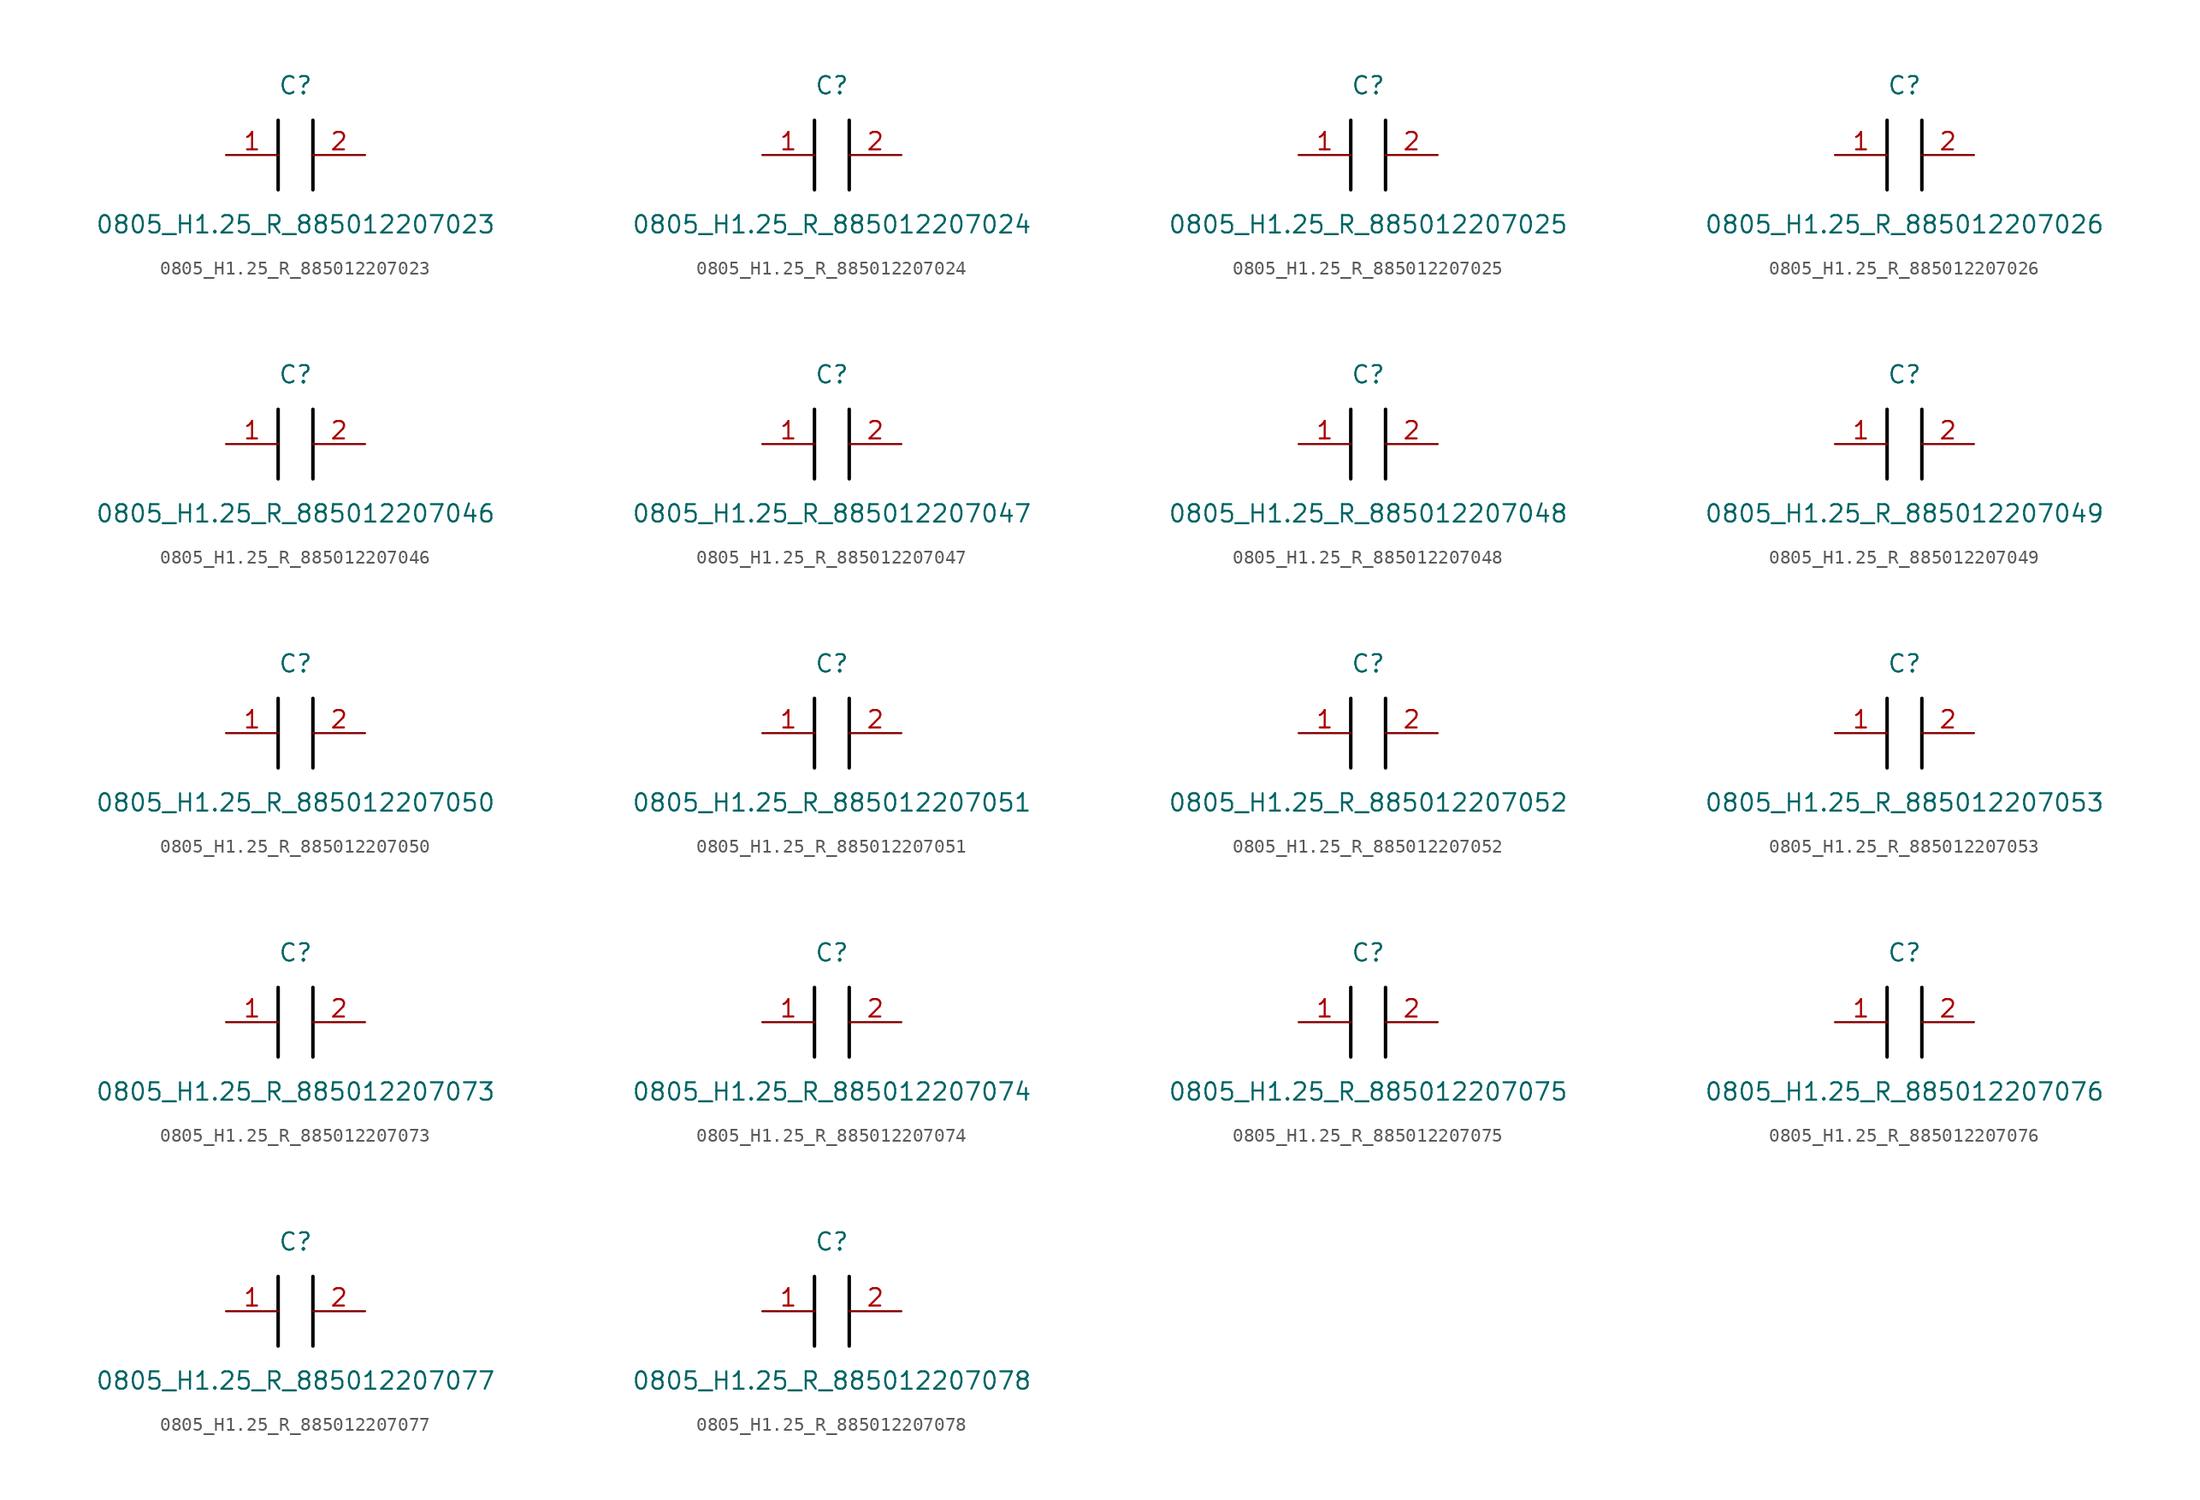
<source format=kicad_sym>
(kicad_symbol_lib
  (version 20220914)
  (generator kicad_symbol_editor)
  (symbol "0805_H1.25_R_885012207023"
    (pin_names hide)
    (property "Reference" "C"
      (at 0 5.08 0)
      (effects (font (size 1.27 1.27))))
    (property "Value" "0805_H1.25_R_885012207023"
      (at 0 -5.08 0)
      (effects (font (size 1.27 1.27))))
    (symbol "0805_H1.25_R_885012207023_1_1"
      (polyline (pts (xy -1.27 2.54) (xy -1.27 -2.54)) (stroke (width 0.254) (type default) (color 0 0 0 1)) (fill (type none)))
      (polyline (pts (xy 1.27 2.54) (xy 1.27 -2.54)) (stroke (width 0.254) (type default) (color 0 0 0 1)) (fill (type none)))
      (pin passive line (at -5.08 0 0) (length 3.81) (name "1" (effects (font (size 1.27 1.27)))) (number "1" (effects (font (size 1.27 1.27)))))
      (pin passive line (at 5.08 0 180) (length 3.81) (name "2" (effects (font (size 1.27 1.27)))) (number "2" (effects (font (size 1.27 1.27)))))))
  (symbol "0805_H1.25_R_885012207024"
    (pin_names hide)
    (property "Reference" "C"
      (at 0 5.08 0)
      (effects (font (size 1.27 1.27))))
    (property "Value" "0805_H1.25_R_885012207024"
      (at 0 -5.08 0)
      (effects (font (size 1.27 1.27))))
    (symbol "0805_H1.25_R_885012207024_1_1"
      (polyline (pts (xy -1.27 2.54) (xy -1.27 -2.54)) (stroke (width 0.254) (type default) (color 0 0 0 1)) (fill (type none)))
      (polyline (pts (xy 1.27 2.54) (xy 1.27 -2.54)) (stroke (width 0.254) (type default) (color 0 0 0 1)) (fill (type none)))
      (pin passive line (at -5.08 0 0) (length 3.81) (name "1" (effects (font (size 1.27 1.27)))) (number "1" (effects (font (size 1.27 1.27)))))
      (pin passive line (at 5.08 0 180) (length 3.81) (name "2" (effects (font (size 1.27 1.27)))) (number "2" (effects (font (size 1.27 1.27)))))))
  (symbol "0805_H1.25_R_885012207025"
    (pin_names hide)
    (property "Reference" "C"
      (at 0 5.08 0)
      (effects (font (size 1.27 1.27))))
    (property "Value" "0805_H1.25_R_885012207025"
      (at 0 -5.08 0)
      (effects (font (size 1.27 1.27))))
    (symbol "0805_H1.25_R_885012207025_1_1"
      (polyline (pts (xy -1.27 2.54) (xy -1.27 -2.54)) (stroke (width 0.254) (type default) (color 0 0 0 1)) (fill (type none)))
      (polyline (pts (xy 1.27 2.54) (xy 1.27 -2.54)) (stroke (width 0.254) (type default) (color 0 0 0 1)) (fill (type none)))
      (pin passive line (at -5.08 0 0) (length 3.81) (name "1" (effects (font (size 1.27 1.27)))) (number "1" (effects (font (size 1.27 1.27)))))
      (pin passive line (at 5.08 0 180) (length 3.81) (name "2" (effects (font (size 1.27 1.27)))) (number "2" (effects (font (size 1.27 1.27)))))))
  (symbol "0805_H1.25_R_885012207026"
    (pin_names hide)
    (property "Reference" "C"
      (at 0 5.08 0)
      (effects (font (size 1.27 1.27))))
    (property "Value" "0805_H1.25_R_885012207026"
      (at 0 -5.08 0)
      (effects (font (size 1.27 1.27))))
    (symbol "0805_H1.25_R_885012207026_1_1"
      (polyline (pts (xy -1.27 2.54) (xy -1.27 -2.54)) (stroke (width 0.254) (type default) (color 0 0 0 1)) (fill (type none)))
      (polyline (pts (xy 1.27 2.54) (xy 1.27 -2.54)) (stroke (width 0.254) (type default) (color 0 0 0 1)) (fill (type none)))
      (pin passive line (at -5.08 0 0) (length 3.81) (name "1" (effects (font (size 1.27 1.27)))) (number "1" (effects (font (size 1.27 1.27)))))
      (pin passive line (at 5.08 0 180) (length 3.81) (name "2" (effects (font (size 1.27 1.27)))) (number "2" (effects (font (size 1.27 1.27)))))))
  (symbol "0805_H1.25_R_885012207046"
    (pin_names hide)
    (property "Reference" "C"
      (at 0 5.08 0)
      (effects (font (size 1.27 1.27))))
    (property "Value" "0805_H1.25_R_885012207046"
      (at 0 -5.08 0)
      (effects (font (size 1.27 1.27))))
    (symbol "0805_H1.25_R_885012207046_1_1"
      (polyline (pts (xy -1.27 2.54) (xy -1.27 -2.54)) (stroke (width 0.254) (type default) (color 0 0 0 1)) (fill (type none)))
      (polyline (pts (xy 1.27 2.54) (xy 1.27 -2.54)) (stroke (width 0.254) (type default) (color 0 0 0 1)) (fill (type none)))
      (pin passive line (at -5.08 0 0) (length 3.81) (name "1" (effects (font (size 1.27 1.27)))) (number "1" (effects (font (size 1.27 1.27)))))
      (pin passive line (at 5.08 0 180) (length 3.81) (name "2" (effects (font (size 1.27 1.27)))) (number "2" (effects (font (size 1.27 1.27)))))))
  (symbol "0805_H1.25_R_885012207047"
    (pin_names hide)
    (property "Reference" "C"
      (at 0 5.08 0)
      (effects (font (size 1.27 1.27))))
    (property "Value" "0805_H1.25_R_885012207047"
      (at 0 -5.08 0)
      (effects (font (size 1.27 1.27))))
    (symbol "0805_H1.25_R_885012207047_1_1"
      (polyline (pts (xy -1.27 2.54) (xy -1.27 -2.54)) (stroke (width 0.254) (type default) (color 0 0 0 1)) (fill (type none)))
      (polyline (pts (xy 1.27 2.54) (xy 1.27 -2.54)) (stroke (width 0.254) (type default) (color 0 0 0 1)) (fill (type none)))
      (pin passive line (at -5.08 0 0) (length 3.81) (name "1" (effects (font (size 1.27 1.27)))) (number "1" (effects (font (size 1.27 1.27)))))
      (pin passive line (at 5.08 0 180) (length 3.81) (name "2" (effects (font (size 1.27 1.27)))) (number "2" (effects (font (size 1.27 1.27)))))))
  (symbol "0805_H1.25_R_885012207048"
    (pin_names hide)
    (property "Reference" "C"
      (at 0 5.08 0)
      (effects (font (size 1.27 1.27))))
    (property "Value" "0805_H1.25_R_885012207048"
      (at 0 -5.08 0)
      (effects (font (size 1.27 1.27))))
    (symbol "0805_H1.25_R_885012207048_1_1"
      (polyline (pts (xy -1.27 2.54) (xy -1.27 -2.54)) (stroke (width 0.254) (type default) (color 0 0 0 1)) (fill (type none)))
      (polyline (pts (xy 1.27 2.54) (xy 1.27 -2.54)) (stroke (width 0.254) (type default) (color 0 0 0 1)) (fill (type none)))
      (pin passive line (at -5.08 0 0) (length 3.81) (name "1" (effects (font (size 1.27 1.27)))) (number "1" (effects (font (size 1.27 1.27)))))
      (pin passive line (at 5.08 0 180) (length 3.81) (name "2" (effects (font (size 1.27 1.27)))) (number "2" (effects (font (size 1.27 1.27)))))))
  (symbol "0805_H1.25_R_885012207049"
    (pin_names hide)
    (property "Reference" "C"
      (at 0 5.08 0)
      (effects (font (size 1.27 1.27))))
    (property "Value" "0805_H1.25_R_885012207049"
      (at 0 -5.08 0)
      (effects (font (size 1.27 1.27))))
    (symbol "0805_H1.25_R_885012207049_1_1"
      (polyline (pts (xy -1.27 2.54) (xy -1.27 -2.54)) (stroke (width 0.254) (type default) (color 0 0 0 1)) (fill (type none)))
      (polyline (pts (xy 1.27 2.54) (xy 1.27 -2.54)) (stroke (width 0.254) (type default) (color 0 0 0 1)) (fill (type none)))
      (pin passive line (at -5.08 0 0) (length 3.81) (name "1" (effects (font (size 1.27 1.27)))) (number "1" (effects (font (size 1.27 1.27)))))
      (pin passive line (at 5.08 0 180) (length 3.81) (name "2" (effects (font (size 1.27 1.27)))) (number "2" (effects (font (size 1.27 1.27)))))))
  (symbol "0805_H1.25_R_885012207050"
    (pin_names hide)
    (property "Reference" "C"
      (at 0 5.08 0)
      (effects (font (size 1.27 1.27))))
    (property "Value" "0805_H1.25_R_885012207050"
      (at 0 -5.08 0)
      (effects (font (size 1.27 1.27))))
    (symbol "0805_H1.25_R_885012207050_1_1"
      (polyline (pts (xy -1.27 2.54) (xy -1.27 -2.54)) (stroke (width 0.254) (type default) (color 0 0 0 1)) (fill (type none)))
      (polyline (pts (xy 1.27 2.54) (xy 1.27 -2.54)) (stroke (width 0.254) (type default) (color 0 0 0 1)) (fill (type none)))
      (pin passive line (at -5.08 0 0) (length 3.81) (name "1" (effects (font (size 1.27 1.27)))) (number "1" (effects (font (size 1.27 1.27)))))
      (pin passive line (at 5.08 0 180) (length 3.81) (name "2" (effects (font (size 1.27 1.27)))) (number "2" (effects (font (size 1.27 1.27)))))))
  (symbol "0805_H1.25_R_885012207051"
    (pin_names hide)
    (property "Reference" "C"
      (at 0 5.08 0)
      (effects (font (size 1.27 1.27))))
    (property "Value" "0805_H1.25_R_885012207051"
      (at 0 -5.08 0)
      (effects (font (size 1.27 1.27))))
    (symbol "0805_H1.25_R_885012207051_1_1"
      (polyline (pts (xy -1.27 2.54) (xy -1.27 -2.54)) (stroke (width 0.254) (type default) (color 0 0 0 1)) (fill (type none)))
      (polyline (pts (xy 1.27 2.54) (xy 1.27 -2.54)) (stroke (width 0.254) (type default) (color 0 0 0 1)) (fill (type none)))
      (pin passive line (at -5.08 0 0) (length 3.81) (name "1" (effects (font (size 1.27 1.27)))) (number "1" (effects (font (size 1.27 1.27)))))
      (pin passive line (at 5.08 0 180) (length 3.81) (name "2" (effects (font (size 1.27 1.27)))) (number "2" (effects (font (size 1.27 1.27)))))))
  (symbol "0805_H1.25_R_885012207052"
    (pin_names hide)
    (property "Reference" "C"
      (at 0 5.08 0)
      (effects (font (size 1.27 1.27))))
    (property "Value" "0805_H1.25_R_885012207052"
      (at 0 -5.08 0)
      (effects (font (size 1.27 1.27))))
    (symbol "0805_H1.25_R_885012207052_1_1"
      (polyline (pts (xy -1.27 2.54) (xy -1.27 -2.54)) (stroke (width 0.254) (type default) (color 0 0 0 1)) (fill (type none)))
      (polyline (pts (xy 1.27 2.54) (xy 1.27 -2.54)) (stroke (width 0.254) (type default) (color 0 0 0 1)) (fill (type none)))
      (pin passive line (at -5.08 0 0) (length 3.81) (name "1" (effects (font (size 1.27 1.27)))) (number "1" (effects (font (size 1.27 1.27)))))
      (pin passive line (at 5.08 0 180) (length 3.81) (name "2" (effects (font (size 1.27 1.27)))) (number "2" (effects (font (size 1.27 1.27)))))))
  (symbol "0805_H1.25_R_885012207053"
    (pin_names hide)
    (property "Reference" "C"
      (at 0 5.08 0)
      (effects (font (size 1.27 1.27))))
    (property "Value" "0805_H1.25_R_885012207053"
      (at 0 -5.08 0)
      (effects (font (size 1.27 1.27))))
    (symbol "0805_H1.25_R_885012207053_1_1"
      (polyline (pts (xy -1.27 2.54) (xy -1.27 -2.54)) (stroke (width 0.254) (type default) (color 0 0 0 1)) (fill (type none)))
      (polyline (pts (xy 1.27 2.54) (xy 1.27 -2.54)) (stroke (width 0.254) (type default) (color 0 0 0 1)) (fill (type none)))
      (pin passive line (at -5.08 0 0) (length 3.81) (name "1" (effects (font (size 1.27 1.27)))) (number "1" (effects (font (size 1.27 1.27)))))
      (pin passive line (at 5.08 0 180) (length 3.81) (name "2" (effects (font (size 1.27 1.27)))) (number "2" (effects (font (size 1.27 1.27)))))))
  (symbol "0805_H1.25_R_885012207073"
    (pin_names hide)
    (property "Reference" "C"
      (at 0 5.08 0)
      (effects (font (size 1.27 1.27))))
    (property "Value" "0805_H1.25_R_885012207073"
      (at 0 -5.08 0)
      (effects (font (size 1.27 1.27))))
    (symbol "0805_H1.25_R_885012207073_1_1"
      (polyline (pts (xy -1.27 2.54) (xy -1.27 -2.54)) (stroke (width 0.254) (type default) (color 0 0 0 1)) (fill (type none)))
      (polyline (pts (xy 1.27 2.54) (xy 1.27 -2.54)) (stroke (width 0.254) (type default) (color 0 0 0 1)) (fill (type none)))
      (pin passive line (at -5.08 0 0) (length 3.81) (name "1" (effects (font (size 1.27 1.27)))) (number "1" (effects (font (size 1.27 1.27)))))
      (pin passive line (at 5.08 0 180) (length 3.81) (name "2" (effects (font (size 1.27 1.27)))) (number "2" (effects (font (size 1.27 1.27)))))))
  (symbol "0805_H1.25_R_885012207074"
    (pin_names hide)
    (property "Reference" "C"
      (at 0 5.08 0)
      (effects (font (size 1.27 1.27))))
    (property "Value" "0805_H1.25_R_885012207074"
      (at 0 -5.08 0)
      (effects (font (size 1.27 1.27))))
    (symbol "0805_H1.25_R_885012207074_1_1"
      (polyline (pts (xy -1.27 2.54) (xy -1.27 -2.54)) (stroke (width 0.254) (type default) (color 0 0 0 1)) (fill (type none)))
      (polyline (pts (xy 1.27 2.54) (xy 1.27 -2.54)) (stroke (width 0.254) (type default) (color 0 0 0 1)) (fill (type none)))
      (pin passive line (at -5.08 0 0) (length 3.81) (name "1" (effects (font (size 1.27 1.27)))) (number "1" (effects (font (size 1.27 1.27)))))
      (pin passive line (at 5.08 0 180) (length 3.81) (name "2" (effects (font (size 1.27 1.27)))) (number "2" (effects (font (size 1.27 1.27)))))))
  (symbol "0805_H1.25_R_885012207075"
    (pin_names hide)
    (property "Reference" "C"
      (at 0 5.08 0)
      (effects (font (size 1.27 1.27))))
    (property "Value" "0805_H1.25_R_885012207075"
      (at 0 -5.08 0)
      (effects (font (size 1.27 1.27))))
    (symbol "0805_H1.25_R_885012207075_1_1"
      (polyline (pts (xy -1.27 2.54) (xy -1.27 -2.54)) (stroke (width 0.254) (type default) (color 0 0 0 1)) (fill (type none)))
      (polyline (pts (xy 1.27 2.54) (xy 1.27 -2.54)) (stroke (width 0.254) (type default) (color 0 0 0 1)) (fill (type none)))
      (pin passive line (at -5.08 0 0) (length 3.81) (name "1" (effects (font (size 1.27 1.27)))) (number "1" (effects (font (size 1.27 1.27)))))
      (pin passive line (at 5.08 0 180) (length 3.81) (name "2" (effects (font (size 1.27 1.27)))) (number "2" (effects (font (size 1.27 1.27)))))))
  (symbol "0805_H1.25_R_885012207076"
    (pin_names hide)
    (property "Reference" "C"
      (at 0 5.08 0)
      (effects (font (size 1.27 1.27))))
    (property "Value" "0805_H1.25_R_885012207076"
      (at 0 -5.08 0)
      (effects (font (size 1.27 1.27))))
    (symbol "0805_H1.25_R_885012207076_1_1"
      (polyline (pts (xy -1.27 2.54) (xy -1.27 -2.54)) (stroke (width 0.254) (type default) (color 0 0 0 1)) (fill (type none)))
      (polyline (pts (xy 1.27 2.54) (xy 1.27 -2.54)) (stroke (width 0.254) (type default) (color 0 0 0 1)) (fill (type none)))
      (pin passive line (at -5.08 0 0) (length 3.81) (name "1" (effects (font (size 1.27 1.27)))) (number "1" (effects (font (size 1.27 1.27)))))
      (pin passive line (at 5.08 0 180) (length 3.81) (name "2" (effects (font (size 1.27 1.27)))) (number "2" (effects (font (size 1.27 1.27)))))))
  (symbol "0805_H1.25_R_885012207077"
    (pin_names hide)
    (property "Reference" "C"
      (at 0 5.08 0)
      (effects (font (size 1.27 1.27))))
    (property "Value" "0805_H1.25_R_885012207077"
      (at 0 -5.08 0)
      (effects (font (size 1.27 1.27))))
    (symbol "0805_H1.25_R_885012207077_1_1"
      (polyline (pts (xy -1.27 2.54) (xy -1.27 -2.54)) (stroke (width 0.254) (type default) (color 0 0 0 1)) (fill (type none)))
      (polyline (pts (xy 1.27 2.54) (xy 1.27 -2.54)) (stroke (width 0.254) (type default) (color 0 0 0 1)) (fill (type none)))
      (pin passive line (at -5.08 0 0) (length 3.81) (name "1" (effects (font (size 1.27 1.27)))) (number "1" (effects (font (size 1.27 1.27)))))
      (pin passive line (at 5.08 0 180) (length 3.81) (name "2" (effects (font (size 1.27 1.27)))) (number "2" (effects (font (size 1.27 1.27)))))))
  (symbol "0805_H1.25_R_885012207078"
    (pin_names hide)
    (property "Reference" "C"
      (at 0 5.08 0)
      (effects (font (size 1.27 1.27))))
    (property "Value" "0805_H1.25_R_885012207078"
      (at 0 -5.08 0)
      (effects (font (size 1.27 1.27))))
    (symbol "0805_H1.25_R_885012207078_1_1"
      (polyline (pts (xy -1.27 2.54) (xy -1.27 -2.54)) (stroke (width 0.254) (type default) (color 0 0 0 1)) (fill (type none)))
      (polyline (pts (xy 1.27 2.54) (xy 1.27 -2.54)) (stroke (width 0.254) (type default) (color 0 0 0 1)) (fill (type none)))
      (pin passive line (at -5.08 0 0) (length 3.81) (name "1" (effects (font (size 1.27 1.27)))) (number "1" (effects (font (size 1.27 1.27)))))
      (pin passive line (at 5.08 0 180) (length 3.81) (name "2" (effects (font (size 1.27 1.27)))) (number "2" (effects (font (size 1.27 1.27))))))))
</source>
